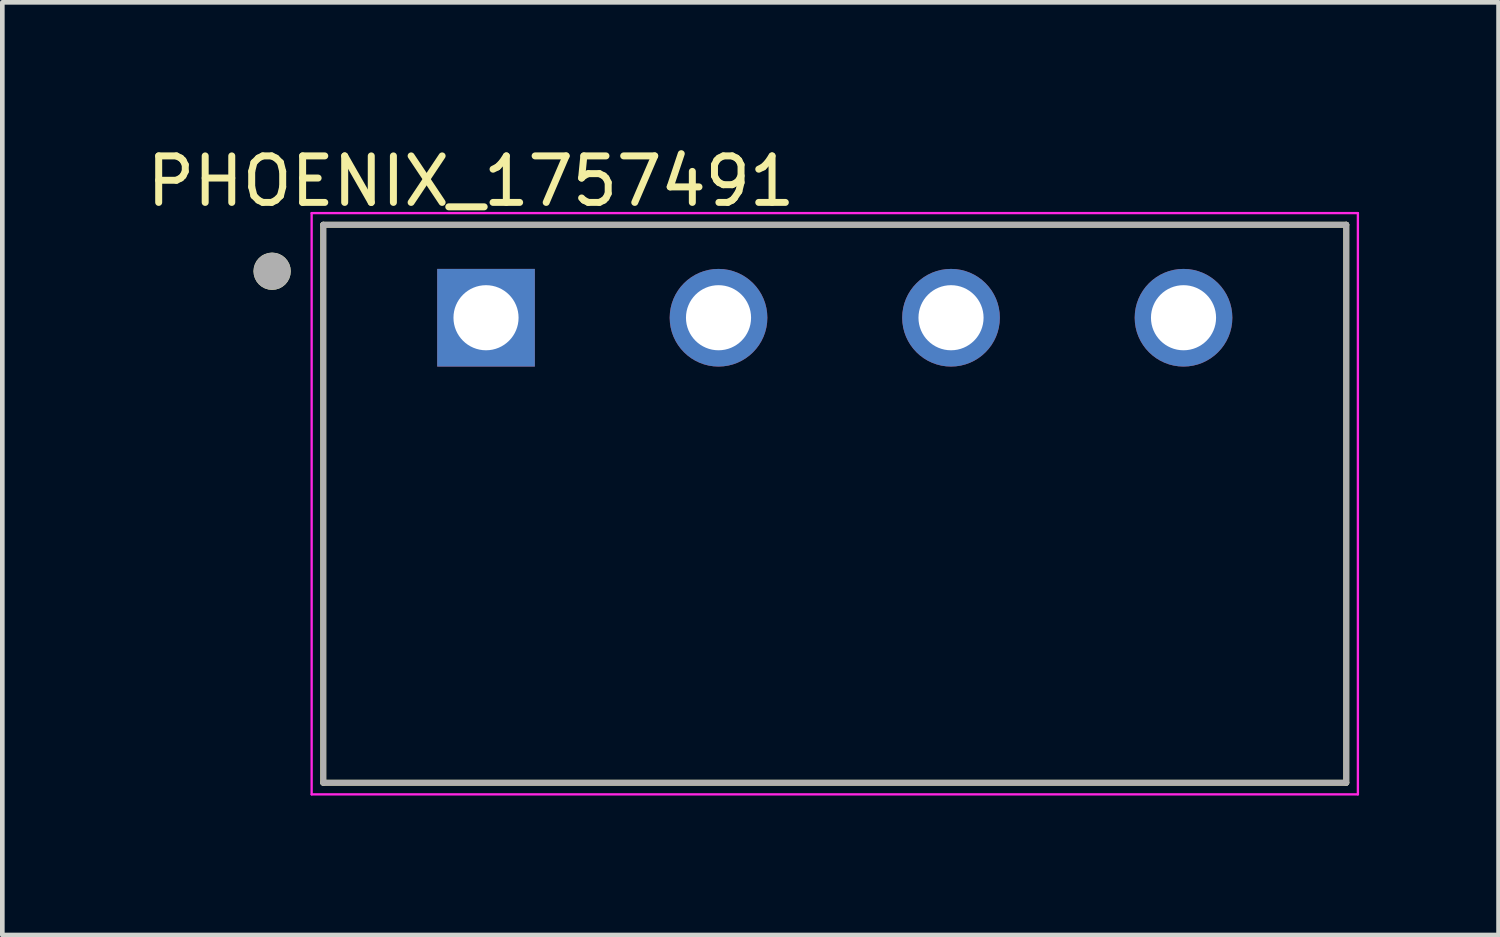
<source format=kicad_pcb>
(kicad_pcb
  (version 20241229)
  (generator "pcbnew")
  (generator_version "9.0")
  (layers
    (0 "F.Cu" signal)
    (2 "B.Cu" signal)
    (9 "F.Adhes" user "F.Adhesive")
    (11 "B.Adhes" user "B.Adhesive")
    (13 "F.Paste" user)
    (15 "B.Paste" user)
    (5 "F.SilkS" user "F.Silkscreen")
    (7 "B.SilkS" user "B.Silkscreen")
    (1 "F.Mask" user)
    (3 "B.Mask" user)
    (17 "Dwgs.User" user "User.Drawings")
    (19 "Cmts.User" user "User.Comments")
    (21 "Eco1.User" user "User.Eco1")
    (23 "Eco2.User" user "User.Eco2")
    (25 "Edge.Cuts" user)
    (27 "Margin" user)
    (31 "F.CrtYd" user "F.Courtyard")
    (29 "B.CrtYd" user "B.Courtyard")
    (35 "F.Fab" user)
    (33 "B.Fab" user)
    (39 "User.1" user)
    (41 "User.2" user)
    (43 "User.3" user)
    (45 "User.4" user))
  (footprint "PHOENIX_1757491"
    (layer "F.Cu")
    (at 7.402 3.783)
    (property "Reference" "PHOENIX_1757491" (at -0.325 -2.935 0) (layer "F.SilkS") (effects (font (size 1 1) (thickness 0.15))))
    (attr through_hole)
    (fp_line (start -3.5 -2) (end 18.5 -2) (stroke (width 0.127) (type solid)) (layer "F.SilkS"))
    (fp_line (start -3.5 10) (end -3.5 -2) (stroke (width 0.127) (type solid)) (layer "F.SilkS"))
    (fp_line (start 18.5 -2) (end 18.5 10) (stroke (width 0.127) (type solid)) (layer "F.SilkS"))
    (fp_line (start 18.5 10) (end -3.5 10) (stroke (width 0.127) (type solid)) (layer "F.SilkS"))
    (fp_circle (center -4.6 -1) (end -4.4 -1) (stroke (width 0.4) (type solid)) (fill no) (layer "F.SilkS"))
    (fp_line (start -3.75 -2.25) (end -3.75 10.25) (stroke (width 0.05) (type solid)) (layer "F.CrtYd"))
    (fp_line (start -3.75 10.25) (end 18.75 10.25) (stroke (width 0.05) (type solid)) (layer "F.CrtYd"))
    (fp_line (start 18.75 -2.25) (end -3.75 -2.25) (stroke (width 0.05) (type solid)) (layer "F.CrtYd"))
    (fp_line (start 18.75 10.25) (end 18.75 -2.25) (stroke (width 0.05) (type solid)) (layer "F.CrtYd"))
    (fp_line (start -3.5 -2) (end 18.5 -2) (stroke (width 0.127) (type solid)) (layer "F.Fab"))
    (fp_line (start -3.5 10) (end -3.5 -2) (stroke (width 0.127) (type solid)) (layer "F.Fab"))
    (fp_line (start 18.5 -2) (end 18.5 10) (stroke (width 0.127) (type solid)) (layer "F.Fab"))
    (fp_line (start 18.5 10) (end -3.5 10) (stroke (width 0.127) (type solid)) (layer "F.Fab"))
    (fp_circle (center -4.6 -1) (end -4.4 -1) (stroke (width 0.4) (type solid)) (fill no) (layer "F.Fab"))
    (pad "1" thru_hole rect (at 0 0) (size 2.1 2.1) (drill 1.4) (layers "*.Cu" "*.Mask"))
    (pad "2" thru_hole circle (at 5 0) (size 2.1 2.1) (drill 1.4) (layers "*.Cu" "*.Mask"))
    (pad "3" thru_hole circle (at 10 0) (size 2.1 2.1) (drill 1.4) (layers "*.Cu" "*.Mask"))
    (pad "4" thru_hole circle (at 15 0) (size 2.1 2.1) (drill 1.4) (layers "*.Cu" "*.Mask")))
  (gr_rect
    (start -3 -3)
    (end 29.177 17.058)
    (stroke (width 0.1) (type default))
    (fill no)
    (layer "Edge.Cuts")))
</source>
